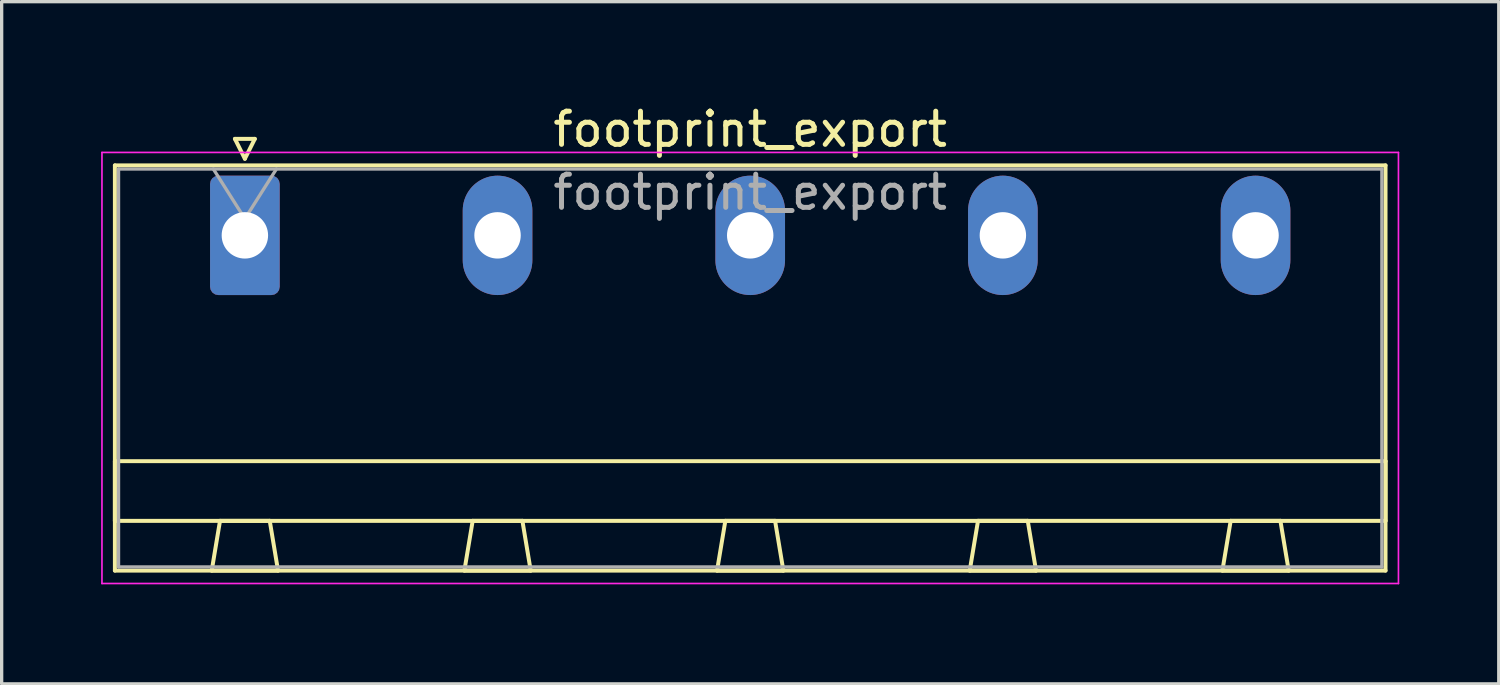
<source format=kicad_pcb>
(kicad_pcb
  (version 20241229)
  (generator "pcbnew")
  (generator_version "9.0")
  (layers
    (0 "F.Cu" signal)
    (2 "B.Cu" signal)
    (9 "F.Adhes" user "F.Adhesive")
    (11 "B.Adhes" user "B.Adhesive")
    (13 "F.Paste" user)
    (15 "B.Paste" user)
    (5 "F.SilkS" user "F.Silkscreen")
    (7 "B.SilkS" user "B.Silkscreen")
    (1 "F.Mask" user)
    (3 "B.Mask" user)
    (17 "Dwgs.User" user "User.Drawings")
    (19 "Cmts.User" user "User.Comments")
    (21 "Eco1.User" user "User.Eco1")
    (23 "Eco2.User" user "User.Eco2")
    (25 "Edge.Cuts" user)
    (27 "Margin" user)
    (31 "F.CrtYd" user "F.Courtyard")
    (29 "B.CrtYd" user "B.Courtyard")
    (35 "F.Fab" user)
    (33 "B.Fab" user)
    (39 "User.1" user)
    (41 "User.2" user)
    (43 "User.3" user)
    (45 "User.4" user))
  (footprint "footprint_export"
    (layer "F.Cu")
    (at 4.335 4.048)
    (property "Reference" "footprint_export" (at 15.24 -3.2 0) (layer "F.SilkS") (effects (font (size 1 1) (thickness 0.15))))
    (attr through_hole)
    (fp_line (start -3.92 -2.11) (end -3.92 10.11) (stroke (width 0.12) (type solid)) (layer "F.SilkS"))
    (fp_line (start -3.92 6.81) (end 34.4 6.81) (stroke (width 0.12) (type solid)) (layer "F.SilkS"))
    (fp_line (start -3.92 8.61) (end -3.92 6.81) (stroke (width 0.12) (type solid)) (layer "F.SilkS"))
    (fp_line (start -3.92 10.11) (end 34.4 10.11) (stroke (width 0.12) (type solid)) (layer "F.SilkS"))
    (fp_line (start -1 10.11) (end 1 10.11) (stroke (width 0.12) (type solid)) (layer "F.SilkS"))
    (fp_line (start -0.75 8.61) (end -1 10.11) (stroke (width 0.12) (type solid)) (layer "F.SilkS"))
    (fp_line (start -0.3 -2.91) (end 0.3 -2.91) (stroke (width 0.12) (type solid)) (layer "F.SilkS"))
    (fp_line (start 0 -2.31) (end -0.3 -2.91) (stroke (width 0.12) (type solid)) (layer "F.SilkS"))
    (fp_line (start 0.3 -2.91) (end 0 -2.31) (stroke (width 0.12) (type solid)) (layer "F.SilkS"))
    (fp_line (start 0.75 8.61) (end -0.75 8.61) (stroke (width 0.12) (type solid)) (layer "F.SilkS"))
    (fp_line (start 1 10.11) (end 0.75 8.61) (stroke (width 0.12) (type solid)) (layer "F.SilkS"))
    (fp_line (start 6.62 10.11) (end 8.62 10.11) (stroke (width 0.12) (type solid)) (layer "F.SilkS"))
    (fp_line (start 6.87 8.61) (end 6.62 10.11) (stroke (width 0.12) (type solid)) (layer "F.SilkS"))
    (fp_line (start 8.37 8.61) (end 6.87 8.61) (stroke (width 0.12) (type solid)) (layer "F.SilkS"))
    (fp_line (start 8.62 10.11) (end 8.37 8.61) (stroke (width 0.12) (type solid)) (layer "F.SilkS"))
    (fp_line (start 14.24 10.11) (end 16.24 10.11) (stroke (width 0.12) (type solid)) (layer "F.SilkS"))
    (fp_line (start 14.49 8.61) (end 14.24 10.11) (stroke (width 0.12) (type solid)) (layer "F.SilkS"))
    (fp_line (start 15.99 8.61) (end 14.49 8.61) (stroke (width 0.12) (type solid)) (layer "F.SilkS"))
    (fp_line (start 16.24 10.11) (end 15.99 8.61) (stroke (width 0.12) (type solid)) (layer "F.SilkS"))
    (fp_line (start 21.86 10.11) (end 23.86 10.11) (stroke (width 0.12) (type solid)) (layer "F.SilkS"))
    (fp_line (start 22.11 8.61) (end 21.86 10.11) (stroke (width 0.12) (type solid)) (layer "F.SilkS"))
    (fp_line (start 23.61 8.61) (end 22.11 8.61) (stroke (width 0.12) (type solid)) (layer "F.SilkS"))
    (fp_line (start 23.86 10.11) (end 23.61 8.61) (stroke (width 0.12) (type solid)) (layer "F.SilkS"))
    (fp_line (start 29.48 10.11) (end 31.48 10.11) (stroke (width 0.12) (type solid)) (layer "F.SilkS"))
    (fp_line (start 29.73 8.61) (end 29.48 10.11) (stroke (width 0.12) (type solid)) (layer "F.SilkS"))
    (fp_line (start 31.23 8.61) (end 29.73 8.61) (stroke (width 0.12) (type solid)) (layer "F.SilkS"))
    (fp_line (start 31.48 10.11) (end 31.23 8.61) (stroke (width 0.12) (type solid)) (layer "F.SilkS"))
    (fp_line (start 34.4 -2.11) (end -3.92 -2.11) (stroke (width 0.12) (type solid)) (layer "F.SilkS"))
    (fp_line (start 34.4 6.81) (end 34.4 8.61) (stroke (width 0.12) (type solid)) (layer "F.SilkS"))
    (fp_line (start 34.4 8.61) (end -3.92 8.61) (stroke (width 0.12) (type solid)) (layer "F.SilkS"))
    (fp_line (start 34.4 10.11) (end 34.4 -2.11) (stroke (width 0.12) (type solid)) (layer "F.SilkS"))
    (fp_line (start -4.31 -2.5) (end -4.31 10.5) (stroke (width 0.05) (type solid)) (layer "F.CrtYd"))
    (fp_line (start -4.31 10.5) (end 34.79 10.5) (stroke (width 0.05) (type solid)) (layer "F.CrtYd"))
    (fp_line (start 34.79 -2.5) (end -4.31 -2.5) (stroke (width 0.05) (type solid)) (layer "F.CrtYd"))
    (fp_line (start 34.79 10.5) (end 34.79 -2.5) (stroke (width 0.05) (type solid)) (layer "F.CrtYd"))
    (fp_line (start -3.81 -2) (end -3.81 10) (stroke (width 0.1) (type solid)) (layer "F.Fab"))
    (fp_line (start -3.81 10) (end 34.29 10) (stroke (width 0.1) (type solid)) (layer "F.Fab"))
    (fp_line (start 0 -0.5) (end -0.95 -2) (stroke (width 0.1) (type solid)) (layer "F.Fab"))
    (fp_line (start 0.95 -2) (end 0 -0.5) (stroke (width 0.1) (type solid)) (layer "F.Fab"))
    (fp_line (start 34.29 -2) (end -3.81 -2) (stroke (width 0.1) (type solid)) (layer "F.Fab"))
    (fp_line (start 34.29 10) (end 34.29 -2) (stroke (width 0.1) (type solid)) (layer "F.Fab"))
    (fp_text user "${REFERENCE}" (at 15.24 -1.3 0) (layer "F.Fab") (effects (font (size 1 1) (thickness 0.15))))
    (pad "1" thru_hole roundrect (at 0 0) (size 2.1 3.6) (drill 1.4) (layers "*.Cu" "*.Mask") (roundrect_rratio 0.119))
    (pad "2" thru_hole oval (at 7.62 0) (size 2.1 3.6) (drill 1.4) (layers "*.Cu" "*.Mask"))
    (pad "3" thru_hole oval (at 15.24 0) (size 2.1 3.6) (drill 1.4) (layers "*.Cu" "*.Mask"))
    (pad "4" thru_hole oval (at 22.86 0) (size 2.1 3.6) (drill 1.4) (layers "*.Cu" "*.Mask"))
    (pad "5" thru_hole oval (at 30.48 0) (size 2.1 3.6) (drill 1.4) (layers "*.Cu" "*.Mask")))
  (gr_rect
    (start -3 -3)
    (end 42.15 17.573)
    (stroke (width 0.1) (type default))
    (fill no)
    (layer "Edge.Cuts")))
</source>
